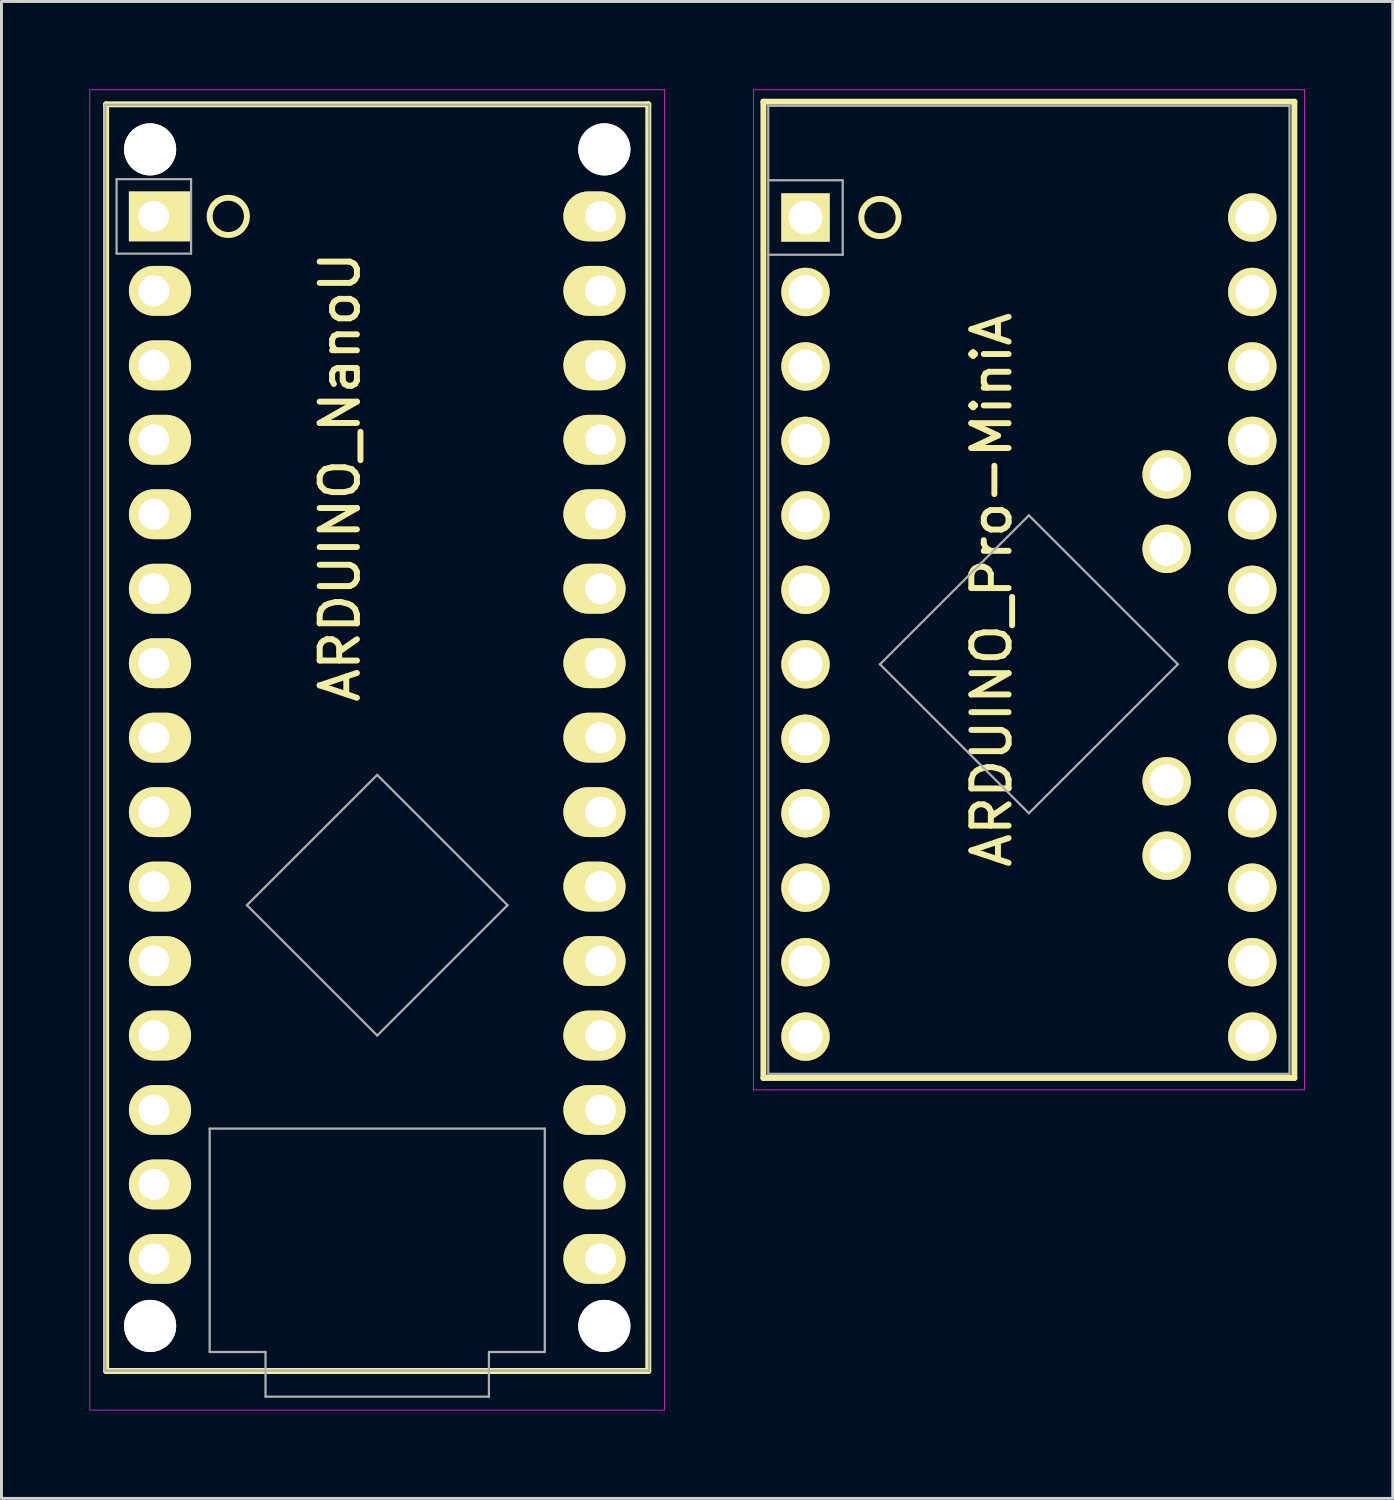
<source format=kicad_pcb>
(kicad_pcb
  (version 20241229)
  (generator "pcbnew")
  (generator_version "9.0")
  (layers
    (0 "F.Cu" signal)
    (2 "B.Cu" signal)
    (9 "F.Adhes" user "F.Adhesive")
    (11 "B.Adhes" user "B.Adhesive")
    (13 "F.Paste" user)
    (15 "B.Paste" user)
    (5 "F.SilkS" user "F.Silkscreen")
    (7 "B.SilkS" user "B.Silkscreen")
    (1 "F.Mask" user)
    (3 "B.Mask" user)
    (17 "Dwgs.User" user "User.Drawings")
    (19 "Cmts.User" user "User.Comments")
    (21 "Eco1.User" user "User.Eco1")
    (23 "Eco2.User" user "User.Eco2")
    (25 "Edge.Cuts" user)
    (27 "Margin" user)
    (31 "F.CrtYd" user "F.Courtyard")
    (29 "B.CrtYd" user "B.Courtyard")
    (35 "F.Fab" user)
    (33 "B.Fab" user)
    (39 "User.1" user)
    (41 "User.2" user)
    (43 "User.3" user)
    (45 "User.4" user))
  (footprint "ARDUINO_Pro-MiniA"
    (layer "F.Cu")
    (at 32.045 17.069)
    (property "Reference" "ARDUINO_Pro-MiniA" (at -1.27 0 90) (layer "F.SilkS") (effects (font (size 1.27 1.27) (thickness 0.203))))
    (attr through_hole)
    (fp_line (start -9.055 -16.65) (end 9.055 -16.65) (stroke (width 0.203) (type solid)) (layer "F.SilkS"))
    (fp_line (start -9.055 16.65) (end -9.055 -16.65) (stroke (width 0.203) (type solid)) (layer "F.SilkS"))
    (fp_line (start 9.055 -16.65) (end 9.055 16.65) (stroke (width 0.203) (type solid)) (layer "F.SilkS"))
    (fp_line (start 9.055 16.65) (end -9.055 16.65) (stroke (width 0.203) (type solid)) (layer "F.SilkS"))
    (fp_circle (center -5.08 -12.7) (end -4.445 -12.7) (stroke (width 0.203) (type solid)) (fill no) (layer "F.SilkS"))
    (fp_line (start -9.398 -17.056) (end 9.398 -17.056) (stroke (width 0.025) (type solid)) (layer "F.CrtYd"))
    (fp_line (start -9.398 17.056) (end -9.398 -17.056) (stroke (width 0.025) (type solid)) (layer "F.CrtYd"))
    (fp_line (start 9.398 -17.056) (end 9.398 17.056) (stroke (width 0.025) (type solid)) (layer "F.CrtYd"))
    (fp_line (start 9.398 17.056) (end -9.398 17.056) (stroke (width 0.025) (type solid)) (layer "F.CrtYd"))
    (fp_line (start -8.89 -16.51) (end 8.89 -16.51) (stroke (width 0.076) (type solid)) (layer "F.Fab"))
    (fp_line (start -8.89 -13.97) (end -6.35 -13.97) (stroke (width 0.076) (type solid)) (layer "F.Fab"))
    (fp_line (start -8.89 16.51) (end -8.89 -16.51) (stroke (width 0.076) (type solid)) (layer "F.Fab"))
    (fp_line (start -6.35 -13.97) (end -6.35 -11.43) (stroke (width 0.076) (type solid)) (layer "F.Fab"))
    (fp_line (start -6.35 -11.43) (end -8.89 -11.43) (stroke (width 0.076) (type solid)) (layer "F.Fab"))
    (fp_line (start -5.08 2.54) (end 0 7.62) (stroke (width 0.076) (type solid)) (layer "F.Fab"))
    (fp_line (start 0 -2.54) (end -5.08 2.54) (stroke (width 0.076) (type solid)) (layer "F.Fab"))
    (fp_line (start 0 7.62) (end 5.08 2.54) (stroke (width 0.076) (type solid)) (layer "F.Fab"))
    (fp_line (start 5.08 2.54) (end 0 -2.54) (stroke (width 0.076) (type solid)) (layer "F.Fab"))
    (fp_line (start 8.89 -16.51) (end 8.89 16.51) (stroke (width 0.076) (type solid)) (layer "F.Fab"))
    (fp_line (start 8.89 16.51) (end -8.89 16.51) (stroke (width 0.076) (type solid)) (layer "F.Fab"))
    (pad "1" thru_hole rect (at -7.62 -12.7) (size 1.65 1.65) (drill 1.15) (layers "*.Cu" "*.Mask" "F.SilkS"))
    (pad "2" thru_hole circle (at -7.62 -10.16) (size 1.65 1.65) (drill 1.15) (layers "*.Cu" "*.Mask" "F.SilkS"))
    (pad "3" thru_hole circle (at -7.62 -7.62) (size 1.65 1.65) (drill 1.15) (layers "*.Cu" "*.Mask" "F.SilkS"))
    (pad "4" thru_hole circle (at -7.62 -5.08) (size 1.65 1.65) (drill 1.15) (layers "*.Cu" "*.Mask" "F.SilkS"))
    (pad "5" thru_hole circle (at -7.62 -2.54) (size 1.65 1.65) (drill 1.15) (layers "*.Cu" "*.Mask" "F.SilkS"))
    (pad "6" thru_hole circle (at -7.62 0) (size 1.65 1.65) (drill 1.15) (layers "*.Cu" "*.Mask" "F.SilkS"))
    (pad "7" thru_hole circle (at -7.62 2.54) (size 1.65 1.65) (drill 1.15) (layers "*.Cu" "*.Mask" "F.SilkS"))
    (pad "8" thru_hole circle (at -7.62 5.08) (size 1.65 1.65) (drill 1.15) (layers "*.Cu" "*.Mask" "F.SilkS"))
    (pad "9" thru_hole circle (at -7.62 7.62) (size 1.65 1.65) (drill 1.15) (layers "*.Cu" "*.Mask" "F.SilkS"))
    (pad "10" thru_hole circle (at -7.62 10.16) (size 1.65 1.65) (drill 1.15) (layers "*.Cu" "*.Mask" "F.SilkS"))
    (pad "11" thru_hole circle (at -7.62 12.7) (size 1.65 1.65) (drill 1.15) (layers "*.Cu" "*.Mask" "F.SilkS"))
    (pad "12" thru_hole circle (at -7.62 15.24) (size 1.65 1.65) (drill 1.15) (layers "*.Cu" "*.Mask" "F.SilkS"))
    (pad "13" thru_hole circle (at 7.62 15.24) (size 1.65 1.65) (drill 1.15) (layers "*.Cu" "*.Mask" "F.SilkS"))
    (pad "14" thru_hole circle (at 7.62 12.7) (size 1.65 1.65) (drill 1.15) (layers "*.Cu" "*.Mask" "F.SilkS"))
    (pad "15" thru_hole circle (at 7.62 10.16) (size 1.65 1.65) (drill 1.15) (layers "*.Cu" "*.Mask" "F.SilkS"))
    (pad "16" thru_hole circle (at 7.62 7.62) (size 1.65 1.65) (drill 1.15) (layers "*.Cu" "*.Mask" "F.SilkS"))
    (pad "17" thru_hole circle (at 7.62 5.08) (size 1.65 1.65) (drill 1.15) (layers "*.Cu" "*.Mask" "F.SilkS"))
    (pad "18" thru_hole circle (at 7.62 2.54) (size 1.65 1.65) (drill 1.15) (layers "*.Cu" "*.Mask" "F.SilkS"))
    (pad "19" thru_hole circle (at 7.62 0) (size 1.65 1.65) (drill 1.15) (layers "*.Cu" "*.Mask" "F.SilkS"))
    (pad "20" thru_hole circle (at 7.62 -2.54) (size 1.65 1.65) (drill 1.15) (layers "*.Cu" "*.Mask" "F.SilkS"))
    (pad "21" thru_hole circle (at 7.62 -5.08) (size 1.65 1.65) (drill 1.15) (layers "*.Cu" "*.Mask" "F.SilkS"))
    (pad "22" thru_hole circle (at 7.62 -7.62) (size 1.65 1.65) (drill 1.15) (layers "*.Cu" "*.Mask" "F.SilkS"))
    (pad "23" thru_hole circle (at 7.62 -10.16) (size 1.65 1.65) (drill 1.15) (layers "*.Cu" "*.Mask" "F.SilkS"))
    (pad "24" thru_hole circle (at 7.62 -12.7) (size 1.65 1.65) (drill 1.15) (layers "*.Cu" "*.Mask" "F.SilkS"))
    (pad "A4" thru_hole circle (at 4.699 -1.397) (size 1.65 1.65) (drill 1.15) (layers "*.Cu" "*.Mask" "F.SilkS"))
    (pad "A5" thru_hole circle (at 4.699 -3.937) (size 1.65 1.65) (drill 1.15) (layers "*.Cu" "*.Mask" "F.SilkS"))
    (pad "A6" thru_hole circle (at 4.699 9.068) (size 1.65 1.65) (drill 1.15) (layers "*.Cu" "*.Mask" "F.SilkS"))
    (pad "A7" thru_hole circle (at 4.699 6.528) (size 1.65 1.65) (drill 1.15) (layers "*.Cu" "*.Mask" "F.SilkS")))
  (footprint "ARDUINO_NanoU"
    (layer "F.Cu")
    (at 9.817 22.111)
    (property "Reference" "ARDUINO_NanoU" (at -1.27 -8.89 270) (layer "F.SilkS") (effects (font (size 1.27 1.27) (thickness 0.203))))
    (attr through_hole)
    (fp_line (start -9.246 -21.603) (end 9.246 -21.603) (stroke (width 0.203) (type solid)) (layer "F.SilkS"))
    (fp_line (start -9.246 21.603) (end -9.246 -21.603) (stroke (width 0.203) (type solid)) (layer "F.SilkS"))
    (fp_line (start 9.246 -21.603) (end 9.246 21.603) (stroke (width 0.203) (type solid)) (layer "F.SilkS"))
    (fp_line (start 9.246 21.603) (end -9.246 21.603) (stroke (width 0.203) (type solid)) (layer "F.SilkS"))
    (fp_circle (center -5.08 -17.78) (end -4.445 -17.78) (stroke (width 0.203) (type solid)) (fill no) (layer "F.SilkS"))
    (fp_line (start -9.804 -22.098) (end 9.804 -22.098) (stroke (width 0.025) (type solid)) (layer "F.CrtYd"))
    (fp_line (start -9.804 22.936) (end -9.804 -22.098) (stroke (width 0.025) (type solid)) (layer "F.CrtYd"))
    (fp_line (start 9.804 -22.098) (end 9.804 22.936) (stroke (width 0.025) (type solid)) (layer "F.CrtYd"))
    (fp_line (start 9.804 22.936) (end -9.804 22.936) (stroke (width 0.025) (type solid)) (layer "F.CrtYd"))
    (fp_line (start -9.271 -21.59) (end 9.271 -21.59) (stroke (width 0.076) (type solid)) (layer "F.Fab"))
    (fp_line (start -9.271 21.59) (end -9.271 -21.59) (stroke (width 0.076) (type solid)) (layer "F.Fab"))
    (fp_line (start -8.89 -19.05) (end -6.35 -19.05) (stroke (width 0.076) (type solid)) (layer "F.Fab"))
    (fp_line (start -8.89 -16.51) (end -8.89 -19.05) (stroke (width 0.076) (type solid)) (layer "F.Fab"))
    (fp_line (start -6.35 -19.05) (end -6.35 -16.51) (stroke (width 0.076) (type solid)) (layer "F.Fab"))
    (fp_line (start -6.35 -16.51) (end -8.89 -16.51) (stroke (width 0.076) (type solid)) (layer "F.Fab"))
    (fp_line (start -5.715 13.335) (end -5.715 20.955) (stroke (width 0.076) (type solid)) (layer "F.Fab"))
    (fp_line (start -5.715 20.955) (end -3.81 20.955) (stroke (width 0.076) (type solid)) (layer "F.Fab"))
    (fp_line (start -4.445 5.715) (end 0 10.16) (stroke (width 0.076) (type solid)) (layer "F.Fab"))
    (fp_line (start -3.81 20.955) (end -3.81 22.479) (stroke (width 0.076) (type solid)) (layer "F.Fab"))
    (fp_line (start -3.81 22.479) (end 3.81 22.479) (stroke (width 0.076) (type solid)) (layer "F.Fab"))
    (fp_line (start 0 1.27) (end -4.445 5.715) (stroke (width 0.076) (type solid)) (layer "F.Fab"))
    (fp_line (start 0 10.16) (end 4.445 5.715) (stroke (width 0.076) (type solid)) (layer "F.Fab"))
    (fp_line (start 3.81 20.955) (end 5.715 20.955) (stroke (width 0.076) (type solid)) (layer "F.Fab"))
    (fp_line (start 3.81 22.479) (end 3.81 20.955) (stroke (width 0.076) (type solid)) (layer "F.Fab"))
    (fp_line (start 4.445 5.715) (end 0 1.27) (stroke (width 0.076) (type solid)) (layer "F.Fab"))
    (fp_line (start 5.715 13.335) (end -5.715 13.335) (stroke (width 0.076) (type solid)) (layer "F.Fab"))
    (fp_line (start 5.715 20.955) (end 5.715 13.335) (stroke (width 0.076) (type solid)) (layer "F.Fab"))
    (fp_line (start 9.271 -21.59) (end 9.271 21.59) (stroke (width 0.076) (type solid)) (layer "F.Fab"))
    (fp_line (start 9.271 21.59) (end -9.271 21.59) (stroke (width 0.076) (type solid)) (layer "F.Fab"))
    (pad "" np_thru_hole circle (at -7.747 -20.066 0.1) (size 1.778 1.778) (drill 1.778) (layers "*.Cu" "*.Mask" "F.SilkS"))
    (pad "" np_thru_hole circle (at -7.747 20.066 0.1) (size 1.778 1.778) (drill 1.778) (layers "*.Cu" "*.Mask" "F.SilkS"))
    (pad "" np_thru_hole circle (at 7.747 -20.066 0.1) (size 1.778 1.778) (drill 1.778) (layers "*.Cu" "*.Mask" "F.SilkS"))
    (pad "" np_thru_hole circle (at 7.747 20.066 0.1) (size 1.778 1.778) (drill 1.778) (layers "*.Cu" "*.Mask" "F.SilkS"))
    (pad "1" thru_hole rect (at -7.62 -17.78) (size 2.12 1.7) (drill 1.05 (offset 0.21 0)) (layers "*.Cu" "*.Mask" "F.SilkS"))
    (pad "2" thru_hole oval (at -7.62 -15.24) (size 2.12 1.7) (drill 1.05 (offset 0.21 0)) (layers "*.Cu" "*.Mask" "F.SilkS"))
    (pad "3" thru_hole oval (at -7.62 -12.7) (size 2.12 1.7) (drill 1.05 (offset 0.21 0)) (layers "*.Cu" "*.Mask" "F.SilkS"))
    (pad "4" thru_hole oval (at -7.62 -10.16) (size 2.12 1.7) (drill 1.05 (offset 0.21 0)) (layers "*.Cu" "*.Mask" "F.SilkS"))
    (pad "5" thru_hole oval (at -7.62 -7.62) (size 2.12 1.7) (drill 1.05 (offset 0.21 0)) (layers "*.Cu" "*.Mask" "F.SilkS"))
    (pad "6" thru_hole oval (at -7.62 -5.08) (size 2.12 1.7) (drill 1.05 (offset 0.21 0)) (layers "*.Cu" "*.Mask" "F.SilkS"))
    (pad "7" thru_hole oval (at -7.62 -2.54) (size 2.12 1.7) (drill 1.05 (offset 0.21 0)) (layers "*.Cu" "*.Mask" "F.SilkS"))
    (pad "8" thru_hole oval (at -7.62 0) (size 2.12 1.7) (drill 1.05 (offset 0.21 0)) (layers "*.Cu" "*.Mask" "F.SilkS"))
    (pad "9" thru_hole oval (at -7.62 2.54) (size 2.12 1.7) (drill 1.05 (offset 0.21 0)) (layers "*.Cu" "*.Mask" "F.SilkS"))
    (pad "10" thru_hole oval (at -7.62 5.08) (size 2.12 1.7) (drill 1.05 (offset 0.21 0)) (layers "*.Cu" "*.Mask" "F.SilkS"))
    (pad "11" thru_hole oval (at -7.62 7.62) (size 2.12 1.7) (drill 1.05 (offset 0.21 0)) (layers "*.Cu" "*.Mask" "F.SilkS"))
    (pad "12" thru_hole oval (at -7.62 10.16) (size 2.12 1.7) (drill 1.05 (offset 0.21 0)) (layers "*.Cu" "*.Mask" "F.SilkS"))
    (pad "13" thru_hole oval (at -7.62 12.7) (size 2.12 1.7) (drill 1.05 (offset 0.21 0)) (layers "*.Cu" "*.Mask" "F.SilkS"))
    (pad "14" thru_hole oval (at -7.62 15.24) (size 2.12 1.7) (drill 1.05 (offset 0.21 0)) (layers "*.Cu" "*.Mask" "F.SilkS"))
    (pad "15" thru_hole oval (at -7.62 17.78) (size 2.12 1.7) (drill 1.05 (offset 0.21 0)) (layers "*.Cu" "*.Mask" "F.SilkS"))
    (pad "16" thru_hole oval (at 7.62 17.78 180) (size 2.12 1.7) (drill 1.05 (offset 0.21 0)) (layers "*.Cu" "*.Mask" "F.SilkS"))
    (pad "17" thru_hole oval (at 7.62 15.24 180) (size 2.12 1.7) (drill 1.05 (offset 0.21 0)) (layers "*.Cu" "*.Mask" "F.SilkS"))
    (pad "18" thru_hole oval (at 7.62 12.7 180) (size 2.12 1.7) (drill 1.05 (offset 0.21 0)) (layers "*.Cu" "*.Mask" "F.SilkS"))
    (pad "19" thru_hole oval (at 7.62 10.16 180) (size 2.12 1.7) (drill 1.05 (offset 0.21 0)) (layers "*.Cu" "*.Mask" "F.SilkS"))
    (pad "20" thru_hole oval (at 7.62 7.62 180) (size 2.12 1.7) (drill 1.05 (offset 0.21 0)) (layers "*.Cu" "*.Mask" "F.SilkS"))
    (pad "21" thru_hole oval (at 7.62 5.08 180) (size 2.12 1.7) (drill 1.05 (offset 0.21 0)) (layers "*.Cu" "*.Mask" "F.SilkS"))
    (pad "22" thru_hole oval (at 7.62 2.54 180) (size 2.12 1.7) (drill 1.05 (offset 0.21 0)) (layers "*.Cu" "*.Mask" "F.SilkS"))
    (pad "23" thru_hole oval (at 7.62 0 180) (size 2.12 1.7) (drill 1.05 (offset 0.21 0)) (layers "*.Cu" "*.Mask" "F.SilkS"))
    (pad "24" thru_hole oval (at 7.62 -2.54 180) (size 2.12 1.7) (drill 1.05 (offset 0.21 0)) (layers "*.Cu" "*.Mask" "F.SilkS"))
    (pad "25" thru_hole oval (at 7.62 -5.08 180) (size 2.12 1.7) (drill 1.05 (offset 0.21 0)) (layers "*.Cu" "*.Mask" "F.SilkS"))
    (pad "26" thru_hole oval (at 7.62 -7.62 180) (size 2.12 1.7) (drill 1.05 (offset 0.21 0)) (layers "*.Cu" "*.Mask" "F.SilkS"))
    (pad "27" thru_hole oval (at 7.62 -10.16 180) (size 2.12 1.7) (drill 1.05 (offset 0.21 0)) (layers "*.Cu" "*.Mask" "F.SilkS"))
    (pad "28" thru_hole oval (at 7.62 -12.7 180) (size 2.12 1.7) (drill 1.05 (offset 0.21 0)) (layers "*.Cu" "*.Mask" "F.SilkS"))
    (pad "29" thru_hole oval (at 7.62 -15.24 180) (size 2.12 1.7) (drill 1.05 (offset 0.21 0)) (layers "*.Cu" "*.Mask" "F.SilkS"))
    (pad "30" thru_hole oval (at 7.62 -17.78 180) (size 2.12 1.7) (drill 1.05 (offset 0.21 0)) (layers "*.Cu" "*.Mask" "F.SilkS")))
  (gr_rect
    (start -3 -3)
    (end 44.456 48.06)
    (stroke (width 0.1) (type default))
    (fill no)
    (layer "Edge.Cuts")))
</source>
